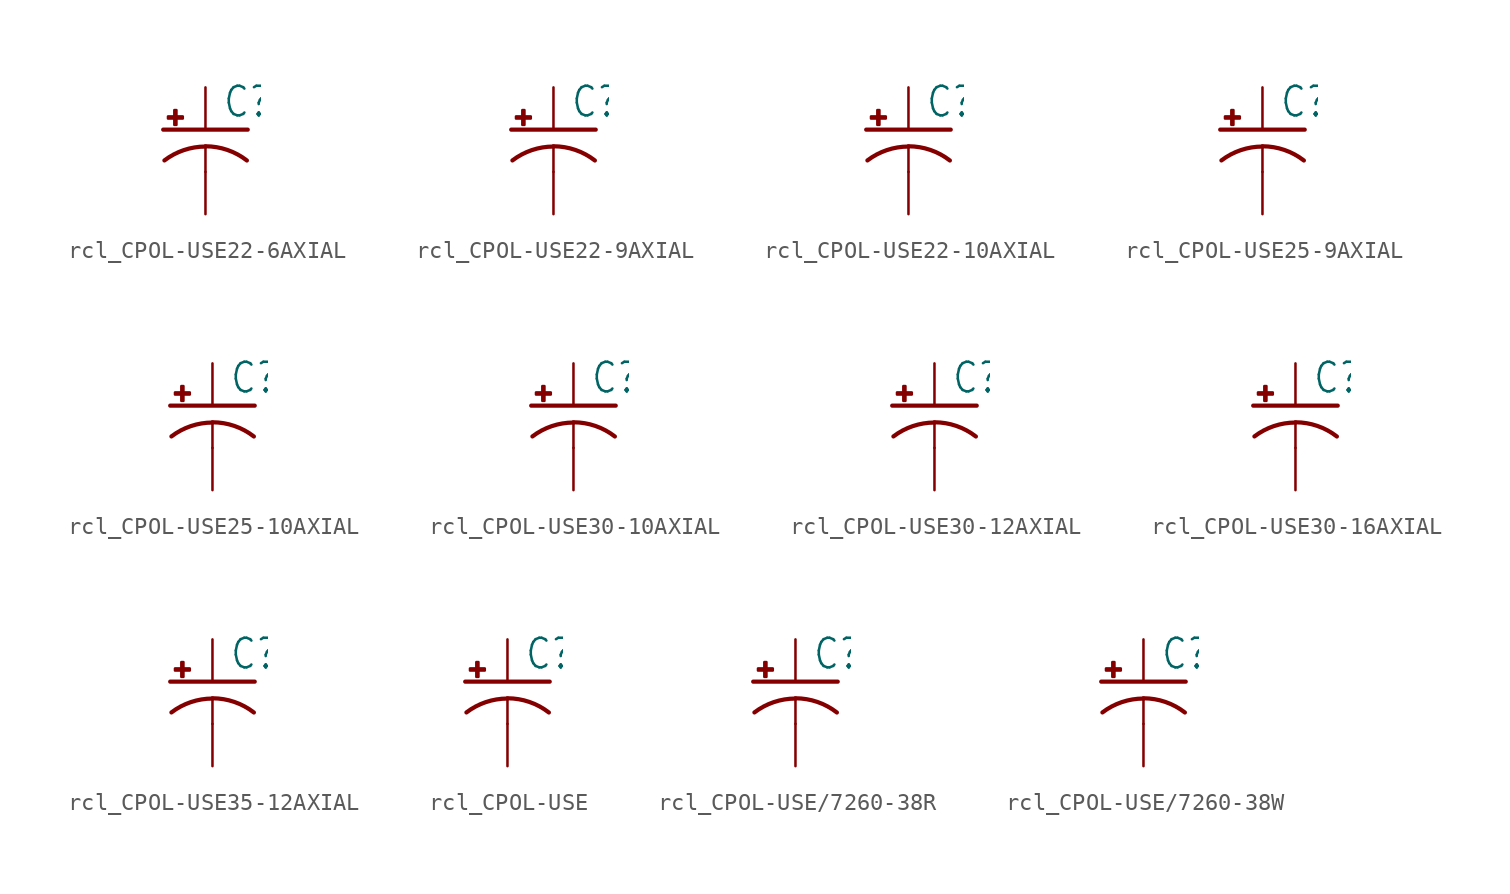
<source format=kicad_sym>
(kicad_symbol_lib
  (version 20220914)
  (generator kicad_symbol_editor)
  (symbol "rcl_CPOL-USE22-6AXIAL"
    (property "Reference" "C"
      (at 1.016 0.635 0)
      (effects (font (size 1.778 1.511)) (justify left bottom)))
    (property "Value" ""
      (at 1.016 -4.191 0)
      (effects (font (size 1.778 1.511)) (justify left bottom)))
    (property "ki_locked" ""
      (at 0 0 0)
      (effects (font (size 1.27 1.27))))
    (symbol "rcl_CPOL-USE22-6AXIAL_1_0"
      (rectangle (start -2.253 0.668) (end -1.364 0.795) (stroke (width 0) (type default)) (fill (type outline)))
      (rectangle (start -1.872 0.287) (end -1.745 1.176) (stroke (width 0) (type default)) (fill (type outline)))
      (arc (start 0 -1.0161) (mid -1.3021 -1.2303) (end -2.4669 -1.8504) (stroke (width 0.254) (type solid)) (fill (type none)))
      (polyline (pts (xy -2.54 0) (xy 2.54 0)) (stroke (width 0.254) (type solid)) (fill (type none)))
      (polyline (pts (xy 0 -1.016) (xy 0 -2.54)) (stroke (width 0.152) (type solid)) (fill (type none)))
      (arc (start 2.4892 -1.8541) (mid 1.3158 -1.2194) (end 0 -1) (stroke (width 0.254) (type solid)) (fill (type none)))
      (pin passive line (at 0 2.54 270) (length 2.54) (name "+" (effects (font (size 0 0)))) (number "+" (effects (font (size 0 0)))))
      (pin passive line (at 0 -5.08 90) (length 2.54) (name "-" (effects (font (size 0 0)))) (number "-" (effects (font (size 0 0)))))))
  (symbol "rcl_CPOL-USE22-9AXIAL"
    (property "Reference" "C"
      (at 1.016 0.635 0)
      (effects (font (size 1.778 1.511)) (justify left bottom)))
    (property "Value" ""
      (at 1.016 -4.191 0)
      (effects (font (size 1.778 1.511)) (justify left bottom)))
    (property "ki_locked" ""
      (at 0 0 0)
      (effects (font (size 1.27 1.27))))
    (symbol "rcl_CPOL-USE22-9AXIAL_1_0"
      (rectangle (start -2.253 0.668) (end -1.364 0.795) (stroke (width 0) (type default)) (fill (type outline)))
      (rectangle (start -1.872 0.287) (end -1.745 1.176) (stroke (width 0) (type default)) (fill (type outline)))
      (arc (start 0 -1.0161) (mid -1.3021 -1.2303) (end -2.4669 -1.8504) (stroke (width 0.254) (type solid)) (fill (type none)))
      (polyline (pts (xy -2.54 0) (xy 2.54 0)) (stroke (width 0.254) (type solid)) (fill (type none)))
      (polyline (pts (xy 0 -1.016) (xy 0 -2.54)) (stroke (width 0.152) (type solid)) (fill (type none)))
      (arc (start 2.4892 -1.8541) (mid 1.3158 -1.2194) (end 0 -1) (stroke (width 0.254) (type solid)) (fill (type none)))
      (pin passive line (at 0 2.54 270) (length 2.54) (name "+" (effects (font (size 0 0)))) (number "+" (effects (font (size 0 0)))))
      (pin passive line (at 0 -5.08 90) (length 2.54) (name "-" (effects (font (size 0 0)))) (number "-" (effects (font (size 0 0)))))))
  (symbol "rcl_CPOL-USE22-10AXIAL"
    (property "Reference" "C"
      (at 1.016 0.635 0)
      (effects (font (size 1.778 1.511)) (justify left bottom)))
    (property "Value" ""
      (at 1.016 -4.191 0)
      (effects (font (size 1.778 1.511)) (justify left bottom)))
    (property "ki_locked" ""
      (at 0 0 0)
      (effects (font (size 1.27 1.27))))
    (symbol "rcl_CPOL-USE22-10AXIAL_1_0"
      (rectangle (start -2.253 0.668) (end -1.364 0.795) (stroke (width 0) (type default)) (fill (type outline)))
      (rectangle (start -1.872 0.287) (end -1.745 1.176) (stroke (width 0) (type default)) (fill (type outline)))
      (arc (start 0 -1.0161) (mid -1.3021 -1.2303) (end -2.4669 -1.8504) (stroke (width 0.254) (type solid)) (fill (type none)))
      (polyline (pts (xy -2.54 0) (xy 2.54 0)) (stroke (width 0.254) (type solid)) (fill (type none)))
      (polyline (pts (xy 0 -1.016) (xy 0 -2.54)) (stroke (width 0.152) (type solid)) (fill (type none)))
      (arc (start 2.4892 -1.8541) (mid 1.3158 -1.2194) (end 0 -1) (stroke (width 0.254) (type solid)) (fill (type none)))
      (pin passive line (at 0 2.54 270) (length 2.54) (name "+" (effects (font (size 0 0)))) (number "+" (effects (font (size 0 0)))))
      (pin passive line (at 0 -5.08 90) (length 2.54) (name "-" (effects (font (size 0 0)))) (number "-" (effects (font (size 0 0)))))))
  (symbol "rcl_CPOL-USE25-9AXIAL"
    (property "Reference" "C"
      (at 1.016 0.635 0)
      (effects (font (size 1.778 1.511)) (justify left bottom)))
    (property "Value" ""
      (at 1.016 -4.191 0)
      (effects (font (size 1.778 1.511)) (justify left bottom)))
    (property "ki_locked" ""
      (at 0 0 0)
      (effects (font (size 1.27 1.27))))
    (symbol "rcl_CPOL-USE25-9AXIAL_1_0"
      (rectangle (start -2.253 0.668) (end -1.364 0.795) (stroke (width 0) (type default)) (fill (type outline)))
      (rectangle (start -1.872 0.287) (end -1.745 1.176) (stroke (width 0) (type default)) (fill (type outline)))
      (arc (start 0 -1.0161) (mid -1.3021 -1.2303) (end -2.4669 -1.8504) (stroke (width 0.254) (type solid)) (fill (type none)))
      (polyline (pts (xy -2.54 0) (xy 2.54 0)) (stroke (width 0.254) (type solid)) (fill (type none)))
      (polyline (pts (xy 0 -1.016) (xy 0 -2.54)) (stroke (width 0.152) (type solid)) (fill (type none)))
      (arc (start 2.4892 -1.8541) (mid 1.3158 -1.2194) (end 0 -1) (stroke (width 0.254) (type solid)) (fill (type none)))
      (pin passive line (at 0 2.54 270) (length 2.54) (name "+" (effects (font (size 0 0)))) (number "+" (effects (font (size 0 0)))))
      (pin passive line (at 0 -5.08 90) (length 2.54) (name "-" (effects (font (size 0 0)))) (number "-" (effects (font (size 0 0)))))))
  (symbol "rcl_CPOL-USE25-10AXIAL"
    (property "Reference" "C"
      (at 1.016 0.635 0)
      (effects (font (size 1.778 1.511)) (justify left bottom)))
    (property "Value" ""
      (at 1.016 -4.191 0)
      (effects (font (size 1.778 1.511)) (justify left bottom)))
    (property "ki_locked" ""
      (at 0 0 0)
      (effects (font (size 1.27 1.27))))
    (symbol "rcl_CPOL-USE25-10AXIAL_1_0"
      (rectangle (start -2.253 0.668) (end -1.364 0.795) (stroke (width 0) (type default)) (fill (type outline)))
      (rectangle (start -1.872 0.287) (end -1.745 1.176) (stroke (width 0) (type default)) (fill (type outline)))
      (arc (start 0 -1.0161) (mid -1.3021 -1.2303) (end -2.4669 -1.8504) (stroke (width 0.254) (type solid)) (fill (type none)))
      (polyline (pts (xy -2.54 0) (xy 2.54 0)) (stroke (width 0.254) (type solid)) (fill (type none)))
      (polyline (pts (xy 0 -1.016) (xy 0 -2.54)) (stroke (width 0.152) (type solid)) (fill (type none)))
      (arc (start 2.4892 -1.8541) (mid 1.3158 -1.2194) (end 0 -1) (stroke (width 0.254) (type solid)) (fill (type none)))
      (pin passive line (at 0 2.54 270) (length 2.54) (name "+" (effects (font (size 0 0)))) (number "+" (effects (font (size 0 0)))))
      (pin passive line (at 0 -5.08 90) (length 2.54) (name "-" (effects (font (size 0 0)))) (number "-" (effects (font (size 0 0)))))))
  (symbol "rcl_CPOL-USE30-10AXIAL"
    (property "Reference" "C"
      (at 1.016 0.635 0)
      (effects (font (size 1.778 1.511)) (justify left bottom)))
    (property "Value" ""
      (at 1.016 -4.191 0)
      (effects (font (size 1.778 1.511)) (justify left bottom)))
    (property "ki_locked" ""
      (at 0 0 0)
      (effects (font (size 1.27 1.27))))
    (symbol "rcl_CPOL-USE30-10AXIAL_1_0"
      (rectangle (start -2.253 0.668) (end -1.364 0.795) (stroke (width 0) (type default)) (fill (type outline)))
      (rectangle (start -1.872 0.287) (end -1.745 1.176) (stroke (width 0) (type default)) (fill (type outline)))
      (arc (start 0 -1.0161) (mid -1.3021 -1.2303) (end -2.4669 -1.8504) (stroke (width 0.254) (type solid)) (fill (type none)))
      (polyline (pts (xy -2.54 0) (xy 2.54 0)) (stroke (width 0.254) (type solid)) (fill (type none)))
      (polyline (pts (xy 0 -1.016) (xy 0 -2.54)) (stroke (width 0.152) (type solid)) (fill (type none)))
      (arc (start 2.4892 -1.8541) (mid 1.3158 -1.2194) (end 0 -1) (stroke (width 0.254) (type solid)) (fill (type none)))
      (pin passive line (at 0 2.54 270) (length 2.54) (name "+" (effects (font (size 0 0)))) (number "+" (effects (font (size 0 0)))))
      (pin passive line (at 0 -5.08 90) (length 2.54) (name "-" (effects (font (size 0 0)))) (number "-" (effects (font (size 0 0)))))))
  (symbol "rcl_CPOL-USE30-12AXIAL"
    (property "Reference" "C"
      (at 1.016 0.635 0)
      (effects (font (size 1.778 1.511)) (justify left bottom)))
    (property "Value" ""
      (at 1.016 -4.191 0)
      (effects (font (size 1.778 1.511)) (justify left bottom)))
    (property "ki_locked" ""
      (at 0 0 0)
      (effects (font (size 1.27 1.27))))
    (symbol "rcl_CPOL-USE30-12AXIAL_1_0"
      (rectangle (start -2.253 0.668) (end -1.364 0.795) (stroke (width 0) (type default)) (fill (type outline)))
      (rectangle (start -1.872 0.287) (end -1.745 1.176) (stroke (width 0) (type default)) (fill (type outline)))
      (arc (start 0 -1.0161) (mid -1.3021 -1.2303) (end -2.4669 -1.8504) (stroke (width 0.254) (type solid)) (fill (type none)))
      (polyline (pts (xy -2.54 0) (xy 2.54 0)) (stroke (width 0.254) (type solid)) (fill (type none)))
      (polyline (pts (xy 0 -1.016) (xy 0 -2.54)) (stroke (width 0.152) (type solid)) (fill (type none)))
      (arc (start 2.4892 -1.8541) (mid 1.3158 -1.2194) (end 0 -1) (stroke (width 0.254) (type solid)) (fill (type none)))
      (pin passive line (at 0 2.54 270) (length 2.54) (name "+" (effects (font (size 0 0)))) (number "+" (effects (font (size 0 0)))))
      (pin passive line (at 0 -5.08 90) (length 2.54) (name "-" (effects (font (size 0 0)))) (number "-" (effects (font (size 0 0)))))))
  (symbol "rcl_CPOL-USE30-16AXIAL"
    (property "Reference" "C"
      (at 1.016 0.635 0)
      (effects (font (size 1.778 1.511)) (justify left bottom)))
    (property "Value" ""
      (at 1.016 -4.191 0)
      (effects (font (size 1.778 1.511)) (justify left bottom)))
    (property "ki_locked" ""
      (at 0 0 0)
      (effects (font (size 1.27 1.27))))
    (symbol "rcl_CPOL-USE30-16AXIAL_1_0"
      (rectangle (start -2.253 0.668) (end -1.364 0.795) (stroke (width 0) (type default)) (fill (type outline)))
      (rectangle (start -1.872 0.287) (end -1.745 1.176) (stroke (width 0) (type default)) (fill (type outline)))
      (arc (start 0 -1.0161) (mid -1.3021 -1.2303) (end -2.4669 -1.8504) (stroke (width 0.254) (type solid)) (fill (type none)))
      (polyline (pts (xy -2.54 0) (xy 2.54 0)) (stroke (width 0.254) (type solid)) (fill (type none)))
      (polyline (pts (xy 0 -1.016) (xy 0 -2.54)) (stroke (width 0.152) (type solid)) (fill (type none)))
      (arc (start 2.4892 -1.8541) (mid 1.3158 -1.2194) (end 0 -1) (stroke (width 0.254) (type solid)) (fill (type none)))
      (pin passive line (at 0 2.54 270) (length 2.54) (name "+" (effects (font (size 0 0)))) (number "+" (effects (font (size 0 0)))))
      (pin passive line (at 0 -5.08 90) (length 2.54) (name "-" (effects (font (size 0 0)))) (number "-" (effects (font (size 0 0)))))))
  (symbol "rcl_CPOL-USE35-12AXIAL"
    (property "Reference" "C"
      (at 1.016 0.635 0)
      (effects (font (size 1.778 1.511)) (justify left bottom)))
    (property "Value" ""
      (at 1.016 -4.191 0)
      (effects (font (size 1.778 1.511)) (justify left bottom)))
    (property "ki_locked" ""
      (at 0 0 0)
      (effects (font (size 1.27 1.27))))
    (symbol "rcl_CPOL-USE35-12AXIAL_1_0"
      (rectangle (start -2.253 0.668) (end -1.364 0.795) (stroke (width 0) (type default)) (fill (type outline)))
      (rectangle (start -1.872 0.287) (end -1.745 1.176) (stroke (width 0) (type default)) (fill (type outline)))
      (arc (start 0 -1.0161) (mid -1.3021 -1.2303) (end -2.4669 -1.8504) (stroke (width 0.254) (type solid)) (fill (type none)))
      (polyline (pts (xy -2.54 0) (xy 2.54 0)) (stroke (width 0.254) (type solid)) (fill (type none)))
      (polyline (pts (xy 0 -1.016) (xy 0 -2.54)) (stroke (width 0.152) (type solid)) (fill (type none)))
      (arc (start 2.4892 -1.8541) (mid 1.3158 -1.2194) (end 0 -1) (stroke (width 0.254) (type solid)) (fill (type none)))
      (pin passive line (at 0 2.54 270) (length 2.54) (name "+" (effects (font (size 0 0)))) (number "+" (effects (font (size 0 0)))))
      (pin passive line (at 0 -5.08 90) (length 2.54) (name "-" (effects (font (size 0 0)))) (number "-" (effects (font (size 0 0)))))))
  (symbol "rcl_CPOL-USE"
    (property "Reference" "C"
      (at 1.016 0.635 0)
      (effects (font (size 1.778 1.511)) (justify left bottom)))
    (property "Value" ""
      (at 1.016 -4.191 0)
      (effects (font (size 1.778 1.511)) (justify left bottom)))
    (property "ki_locked" ""
      (at 0 0 0)
      (effects (font (size 1.27 1.27))))
    (symbol "rcl_CPOL-USE_1_0"
      (rectangle (start -2.253 0.668) (end -1.364 0.795) (stroke (width 0) (type default)) (fill (type outline)))
      (rectangle (start -1.872 0.287) (end -1.745 1.176) (stroke (width 0) (type default)) (fill (type outline)))
      (arc (start 0 -1.0161) (mid -1.3021 -1.2303) (end -2.4669 -1.8504) (stroke (width 0.254) (type solid)) (fill (type none)))
      (polyline (pts (xy -2.54 0) (xy 2.54 0)) (stroke (width 0.254) (type solid)) (fill (type none)))
      (polyline (pts (xy 0 -1.016) (xy 0 -2.54)) (stroke (width 0.152) (type solid)) (fill (type none)))
      (arc (start 2.4892 -1.8541) (mid 1.3158 -1.2194) (end 0 -1) (stroke (width 0.254) (type solid)) (fill (type none)))
      (pin passive line (at 0 2.54 270) (length 2.54) (name "+" (effects (font (size 0 0)))) (number "+" (effects (font (size 0 0)))))
      (pin passive line (at 0 -5.08 90) (length 2.54) (name "-" (effects (font (size 0 0)))) (number "-" (effects (font (size 0 0)))))))
  (symbol "rcl_CPOL-USE/7260-38R"
    (property "Reference" "C"
      (at 1.016 0.635 0)
      (effects (font (size 1.778 1.511)) (justify left bottom)))
    (property "Value" ""
      (at 1.016 -4.191 0)
      (effects (font (size 1.778 1.511)) (justify left bottom)))
    (property "ki_locked" ""
      (at 0 0 0)
      (effects (font (size 1.27 1.27))))
    (symbol "rcl_CPOL-USE/7260-38R_1_0"
      (rectangle (start -2.253 0.668) (end -1.364 0.795) (stroke (width 0) (type default)) (fill (type outline)))
      (rectangle (start -1.872 0.287) (end -1.745 1.176) (stroke (width 0) (type default)) (fill (type outline)))
      (arc (start 0 -1.0161) (mid -1.3021 -1.2303) (end -2.4669 -1.8504) (stroke (width 0.254) (type solid)) (fill (type none)))
      (polyline (pts (xy -2.54 0) (xy 2.54 0)) (stroke (width 0.254) (type solid)) (fill (type none)))
      (polyline (pts (xy 0 -1.016) (xy 0 -2.54)) (stroke (width 0.152) (type solid)) (fill (type none)))
      (arc (start 2.4892 -1.8541) (mid 1.3158 -1.2194) (end 0 -1) (stroke (width 0.254) (type solid)) (fill (type none)))
      (pin passive line (at 0 2.54 270) (length 2.54) (name "+" (effects (font (size 0 0)))) (number "+" (effects (font (size 0 0)))))
      (pin passive line (at 0 -5.08 90) (length 2.54) (name "-" (effects (font (size 0 0)))) (number "-" (effects (font (size 0 0)))))))
  (symbol "rcl_CPOL-USE/7260-38W"
    (property "Reference" "C"
      (at 1.016 0.635 0)
      (effects (font (size 1.778 1.511)) (justify left bottom)))
    (property "Value" ""
      (at 1.016 -4.191 0)
      (effects (font (size 1.778 1.511)) (justify left bottom)))
    (property "ki_locked" ""
      (at 0 0 0)
      (effects (font (size 1.27 1.27))))
    (symbol "rcl_CPOL-USE/7260-38W_1_0"
      (rectangle (start -2.253 0.668) (end -1.364 0.795) (stroke (width 0) (type default)) (fill (type outline)))
      (rectangle (start -1.872 0.287) (end -1.745 1.176) (stroke (width 0) (type default)) (fill (type outline)))
      (arc (start 0 -1.0161) (mid -1.3021 -1.2303) (end -2.4669 -1.8504) (stroke (width 0.254) (type solid)) (fill (type none)))
      (polyline (pts (xy -2.54 0) (xy 2.54 0)) (stroke (width 0.254) (type solid)) (fill (type none)))
      (polyline (pts (xy 0 -1.016) (xy 0 -2.54)) (stroke (width 0.152) (type solid)) (fill (type none)))
      (arc (start 2.4892 -1.8541) (mid 1.3158 -1.2194) (end 0 -1) (stroke (width 0.254) (type solid)) (fill (type none)))
      (pin passive line (at 0 2.54 270) (length 2.54) (name "+" (effects (font (size 0 0)))) (number "+" (effects (font (size 0 0)))))
      (pin passive line (at 0 -5.08 90) (length 2.54) (name "-" (effects (font (size 0 0)))) (number "-" (effects (font (size 0 0))))))))
</source>
